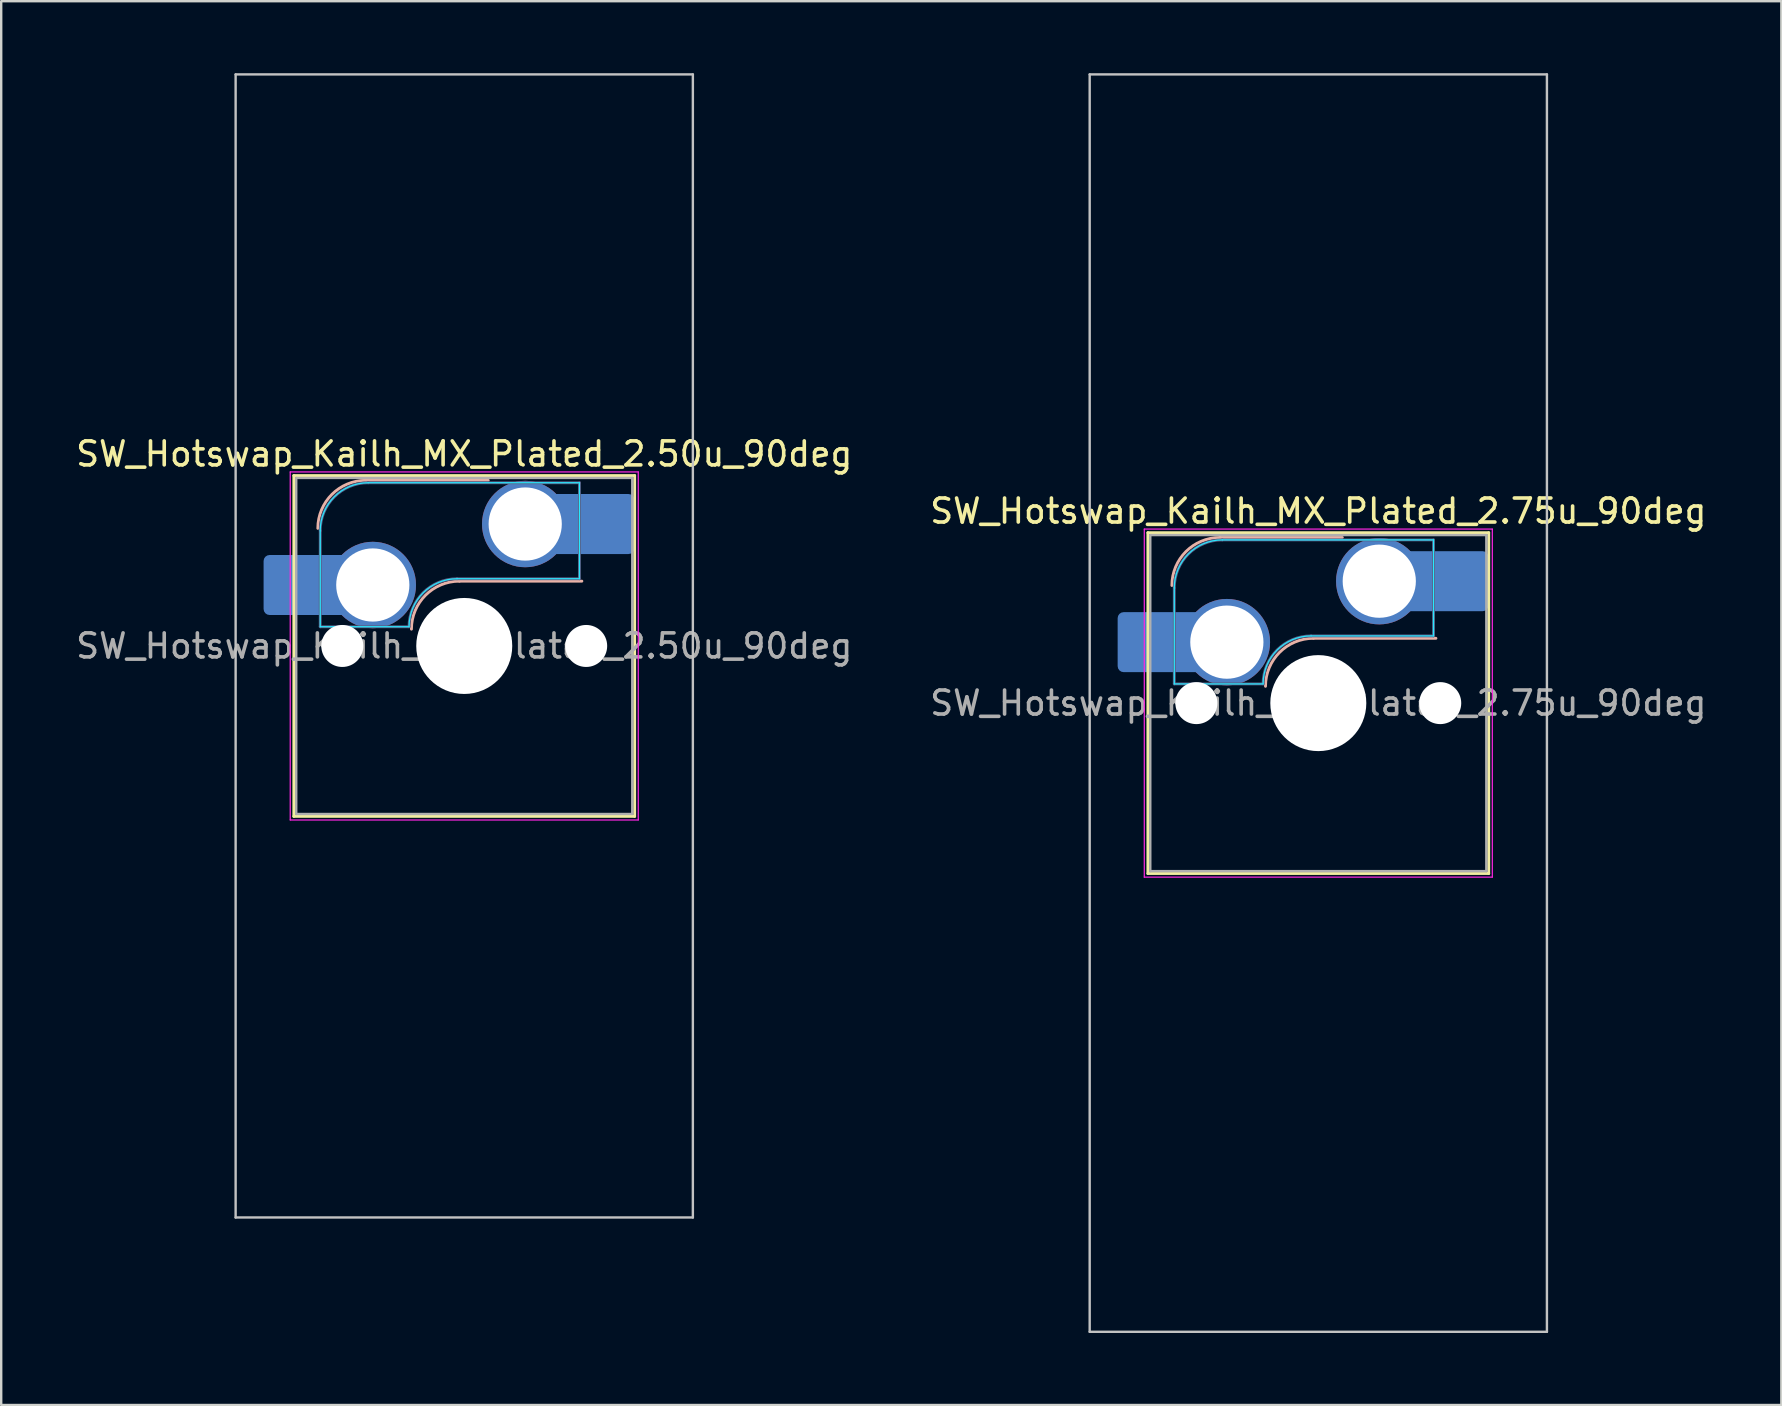
<source format=kicad_pcb>
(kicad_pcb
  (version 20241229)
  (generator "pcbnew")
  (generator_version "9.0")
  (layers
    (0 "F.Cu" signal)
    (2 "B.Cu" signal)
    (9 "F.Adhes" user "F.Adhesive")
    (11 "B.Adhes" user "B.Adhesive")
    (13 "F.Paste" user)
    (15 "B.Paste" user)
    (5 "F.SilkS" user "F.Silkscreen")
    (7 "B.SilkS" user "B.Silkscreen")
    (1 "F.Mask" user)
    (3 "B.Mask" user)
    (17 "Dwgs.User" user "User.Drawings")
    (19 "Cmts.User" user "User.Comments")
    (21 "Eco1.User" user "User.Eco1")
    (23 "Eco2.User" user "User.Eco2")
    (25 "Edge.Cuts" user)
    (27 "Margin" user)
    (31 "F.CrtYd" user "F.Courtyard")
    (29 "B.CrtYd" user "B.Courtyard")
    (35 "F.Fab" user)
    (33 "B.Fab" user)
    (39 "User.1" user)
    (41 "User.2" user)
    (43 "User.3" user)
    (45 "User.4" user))
  (footprint "SW_Hotswap_Kailh_MX_Plated_2.50u_90deg"
    (layer "F.Cu")
    (at 16.292 23.863)
    (property "Reference" "SW_Hotswap_Kailh_MX_Plated_2.50u_90deg" (at 0 -8 0) (layer "F.SilkS") (effects (font (size 1 1) (thickness 0.15))))
    (attr smd)
    (fp_line (start -7.1 -7.1) (end -7.1 7.1) (stroke (width 0.12) (type solid)) (layer "F.SilkS"))
    (fp_line (start -7.1 7.1) (end 7.1 7.1) (stroke (width 0.12) (type solid)) (layer "F.SilkS"))
    (fp_line (start 7.1 -7.1) (end -7.1 -7.1) (stroke (width 0.12) (type solid)) (layer "F.SilkS"))
    (fp_line (start 7.1 7.1) (end 7.1 -7.1) (stroke (width 0.12) (type solid)) (layer "F.SilkS"))
    (fp_line (start -4.1 -6.9) (end 1 -6.9) (stroke (width 0.12) (type solid)) (layer "B.SilkS"))
    (fp_line (start -0.2 -2.7) (end 4.9 -2.7) (stroke (width 0.12) (type solid)) (layer "B.SilkS"))
    (fp_arc (start -6.1 -4.9) (mid -5.514214 -6.314214) (end -4.1 -6.9) (stroke (width 0.12) (type solid)) (layer "B.SilkS"))
    (fp_arc (start -2.2 -0.7) (mid -1.614214 -2.114214) (end -0.2 -2.7) (stroke (width 0.12) (type solid)) (layer "B.SilkS"))
    (fp_line (start -9.525 -23.812) (end 9.525 -23.812) (stroke (width 0.1) (type solid)) (layer "Dwgs.User"))
    (fp_line (start -9.525 23.812) (end -9.525 -23.812) (stroke (width 0.1) (type solid)) (layer "Dwgs.User"))
    (fp_line (start 9.525 -23.812) (end 9.525 23.812) (stroke (width 0.1) (type solid)) (layer "Dwgs.User"))
    (fp_line (start 9.525 23.812) (end -9.525 23.812) (stroke (width 0.1) (type solid)) (layer "Dwgs.User"))
    (fp_line (start -7.8 -6) (end -7 -6) (stroke (width 0.1) (type solid)) (layer "Eco1.User"))
    (fp_line (start -7.8 -2.9) (end -7.8 -6) (stroke (width 0.1) (type solid)) (layer "Eco1.User"))
    (fp_line (start -7.8 2.9) (end -7 2.9) (stroke (width 0.1) (type solid)) (layer "Eco1.User"))
    (fp_line (start -7.8 6) (end -7.8 2.9) (stroke (width 0.1) (type solid)) (layer "Eco1.User"))
    (fp_line (start -7 -7) (end 7 -7) (stroke (width 0.1) (type solid)) (layer "Eco1.User"))
    (fp_line (start -7 -6) (end -7 -7) (stroke (width 0.1) (type solid)) (layer "Eco1.User"))
    (fp_line (start -7 -2.9) (end -7.8 -2.9) (stroke (width 0.1) (type solid)) (layer "Eco1.User"))
    (fp_line (start -7 2.9) (end -7 -2.9) (stroke (width 0.1) (type solid)) (layer "Eco1.User"))
    (fp_line (start -7 6) (end -7.8 6) (stroke (width 0.1) (type solid)) (layer "Eco1.User"))
    (fp_line (start -7 7) (end -7 6) (stroke (width 0.1) (type solid)) (layer "Eco1.User"))
    (fp_line (start 7 -7) (end 7 -6) (stroke (width 0.1) (type solid)) (layer "Eco1.User"))
    (fp_line (start 7 -6) (end 7.8 -6) (stroke (width 0.1) (type solid)) (layer "Eco1.User"))
    (fp_line (start 7 -2.9) (end 7 2.9) (stroke (width 0.1) (type solid)) (layer "Eco1.User"))
    (fp_line (start 7 2.9) (end 7.8 2.9) (stroke (width 0.1) (type solid)) (layer "Eco1.User"))
    (fp_line (start 7 6) (end 7 7) (stroke (width 0.1) (type solid)) (layer "Eco1.User"))
    (fp_line (start 7 7) (end -7 7) (stroke (width 0.1) (type solid)) (layer "Eco1.User"))
    (fp_line (start 7.8 -6) (end 7.8 -2.9) (stroke (width 0.1) (type solid)) (layer "Eco1.User"))
    (fp_line (start 7.8 -2.9) (end 7 -2.9) (stroke (width 0.1) (type solid)) (layer "Eco1.User"))
    (fp_line (start 7.8 2.9) (end 7.8 6) (stroke (width 0.1) (type solid)) (layer "Eco1.User"))
    (fp_line (start 7.8 6) (end 7 6) (stroke (width 0.1) (type solid)) (layer "Eco1.User"))
    (fp_line (start -6 -0.8) (end -6 -4.8) (stroke (width 0.05) (type solid)) (layer "B.CrtYd"))
    (fp_line (start -6 -0.8) (end -2.3 -0.8) (stroke (width 0.05) (type solid)) (layer "B.CrtYd"))
    (fp_line (start -4 -6.8) (end 4.8 -6.8) (stroke (width 0.05) (type solid)) (layer "B.CrtYd"))
    (fp_line (start -0.3 -2.8) (end 4.8 -2.8) (stroke (width 0.05) (type solid)) (layer "B.CrtYd"))
    (fp_line (start 4.8 -6.8) (end 4.8 -2.8) (stroke (width 0.05) (type solid)) (layer "B.CrtYd"))
    (fp_arc (start -6 -4.8) (mid -5.414214 -6.214214) (end -4 -6.8) (stroke (width 0.05) (type solid)) (layer "B.CrtYd"))
    (fp_arc (start -2.3 -0.8) (mid -1.714214 -2.214214) (end -0.3 -2.8) (stroke (width 0.05) (type solid)) (layer "B.CrtYd"))
    (fp_line (start -7.25 -7.25) (end -7.25 7.25) (stroke (width 0.05) (type solid)) (layer "F.CrtYd"))
    (fp_line (start -7.25 7.25) (end 7.25 7.25) (stroke (width 0.05) (type solid)) (layer "F.CrtYd"))
    (fp_line (start 7.25 -7.25) (end -7.25 -7.25) (stroke (width 0.05) (type solid)) (layer "F.CrtYd"))
    (fp_line (start 7.25 7.25) (end 7.25 -7.25) (stroke (width 0.05) (type solid)) (layer "F.CrtYd"))
    (fp_line (start -6 -0.8) (end -6 -4.8) (stroke (width 0.12) (type solid)) (layer "B.Fab"))
    (fp_line (start -6 -0.8) (end -2.3 -0.8) (stroke (width 0.12) (type solid)) (layer "B.Fab"))
    (fp_line (start -4 -6.8) (end 4.8 -6.8) (stroke (width 0.12) (type solid)) (layer "B.Fab"))
    (fp_line (start -0.3 -2.8) (end 4.8 -2.8) (stroke (width 0.12) (type solid)) (layer "B.Fab"))
    (fp_line (start 4.8 -6.8) (end 4.8 -2.8) (stroke (width 0.12) (type solid)) (layer "B.Fab"))
    (fp_arc (start -6 -4.8) (mid -5.414214 -6.214214) (end -4 -6.8) (stroke (width 0.12) (type solid)) (layer "B.Fab"))
    (fp_arc (start -2.3 -0.8) (mid -1.714214 -2.214214) (end -0.3 -2.8) (stroke (width 0.12) (type solid)) (layer "B.Fab"))
    (fp_line (start -7 -7) (end -7 7) (stroke (width 0.1) (type solid)) (layer "F.Fab"))
    (fp_line (start -7 7) (end 7 7) (stroke (width 0.1) (type solid)) (layer "F.Fab"))
    (fp_line (start 7 -7) (end -7 -7) (stroke (width 0.1) (type solid)) (layer "F.Fab"))
    (fp_line (start 7 7) (end 7 -7) (stroke (width 0.1) (type solid)) (layer "F.Fab"))
    (fp_text user "${REFERENCE}" (at 0 0 0) (layer "F.Fab") (effects (font (size 1 1) (thickness 0.15))))
    (pad "" smd roundrect (at -7.085 -2.54) (size 2.55 2.5) (layers "B.Mask" "B.Paste") (roundrect_rratio 0.1))
    (pad "" np_thru_hole circle (at -5.08 0) (size 1.75 1.75) (drill 1.75) (layers "*.Cu" "*.Mask"))
    (pad "" np_thru_hole circle (at 0 0) (size 4 4) (drill 4) (layers "*.Cu" "*.Mask"))
    (pad "" np_thru_hole circle (at 5.08 0) (size 1.75 1.75) (drill 1.75) (layers "*.Cu" "*.Mask"))
    (pad "" smd roundrect (at 5.842 -5.08) (size 2.55 2.5) (layers "B.Mask" "B.Paste") (roundrect_rratio 0.1))
    (pad "1" smd roundrect (at -6.585 -2.54) (size 3.55 2.5) (layers "B.Cu") (roundrect_rratio 0.1))
    (pad "1" thru_hole circle (at -3.81 -2.54) (size 3.6 3.6) (drill 3.05) (layers "*.Cu" "*.Mask"))
    (pad "2" thru_hole circle (at 2.54 -5.08) (size 3.6 3.6) (drill 3.05) (layers "*.Cu" "*.Mask"))
    (pad "2" smd roundrect (at 5.32 -5.08) (size 3.55 2.5) (layers "B.Cu") (roundrect_rratio 0.1)))
  (footprint "SW_Hotswap_Kailh_MX_Plated_2.75u_90deg"
    (layer "F.Cu")
    (at 51.875 26.244)
    (property "Reference" "SW_Hotswap_Kailh_MX_Plated_2.75u_90deg" (at 0 -8 0) (layer "F.SilkS") (effects (font (size 1 1) (thickness 0.15))))
    (attr smd)
    (fp_line (start -7.1 -7.1) (end -7.1 7.1) (stroke (width 0.12) (type solid)) (layer "F.SilkS"))
    (fp_line (start -7.1 7.1) (end 7.1 7.1) (stroke (width 0.12) (type solid)) (layer "F.SilkS"))
    (fp_line (start 7.1 -7.1) (end -7.1 -7.1) (stroke (width 0.12) (type solid)) (layer "F.SilkS"))
    (fp_line (start 7.1 7.1) (end 7.1 -7.1) (stroke (width 0.12) (type solid)) (layer "F.SilkS"))
    (fp_line (start -4.1 -6.9) (end 1 -6.9) (stroke (width 0.12) (type solid)) (layer "B.SilkS"))
    (fp_line (start -0.2 -2.7) (end 4.9 -2.7) (stroke (width 0.12) (type solid)) (layer "B.SilkS"))
    (fp_arc (start -6.1 -4.9) (mid -5.514214 -6.314214) (end -4.1 -6.9) (stroke (width 0.12) (type solid)) (layer "B.SilkS"))
    (fp_arc (start -2.2 -0.7) (mid -1.614214 -2.114214) (end -0.2 -2.7) (stroke (width 0.12) (type solid)) (layer "B.SilkS"))
    (fp_line (start -9.525 -26.194) (end 9.525 -26.194) (stroke (width 0.1) (type solid)) (layer "Dwgs.User"))
    (fp_line (start -9.525 26.194) (end -9.525 -26.194) (stroke (width 0.1) (type solid)) (layer "Dwgs.User"))
    (fp_line (start 9.525 -26.194) (end 9.525 26.194) (stroke (width 0.1) (type solid)) (layer "Dwgs.User"))
    (fp_line (start 9.525 26.194) (end -9.525 26.194) (stroke (width 0.1) (type solid)) (layer "Dwgs.User"))
    (fp_line (start -7.8 -6) (end -7 -6) (stroke (width 0.1) (type solid)) (layer "Eco1.User"))
    (fp_line (start -7.8 -2.9) (end -7.8 -6) (stroke (width 0.1) (type solid)) (layer "Eco1.User"))
    (fp_line (start -7.8 2.9) (end -7 2.9) (stroke (width 0.1) (type solid)) (layer "Eco1.User"))
    (fp_line (start -7.8 6) (end -7.8 2.9) (stroke (width 0.1) (type solid)) (layer "Eco1.User"))
    (fp_line (start -7 -7) (end 7 -7) (stroke (width 0.1) (type solid)) (layer "Eco1.User"))
    (fp_line (start -7 -6) (end -7 -7) (stroke (width 0.1) (type solid)) (layer "Eco1.User"))
    (fp_line (start -7 -2.9) (end -7.8 -2.9) (stroke (width 0.1) (type solid)) (layer "Eco1.User"))
    (fp_line (start -7 2.9) (end -7 -2.9) (stroke (width 0.1) (type solid)) (layer "Eco1.User"))
    (fp_line (start -7 6) (end -7.8 6) (stroke (width 0.1) (type solid)) (layer "Eco1.User"))
    (fp_line (start -7 7) (end -7 6) (stroke (width 0.1) (type solid)) (layer "Eco1.User"))
    (fp_line (start 7 -7) (end 7 -6) (stroke (width 0.1) (type solid)) (layer "Eco1.User"))
    (fp_line (start 7 -6) (end 7.8 -6) (stroke (width 0.1) (type solid)) (layer "Eco1.User"))
    (fp_line (start 7 -2.9) (end 7 2.9) (stroke (width 0.1) (type solid)) (layer "Eco1.User"))
    (fp_line (start 7 2.9) (end 7.8 2.9) (stroke (width 0.1) (type solid)) (layer "Eco1.User"))
    (fp_line (start 7 6) (end 7 7) (stroke (width 0.1) (type solid)) (layer "Eco1.User"))
    (fp_line (start 7 7) (end -7 7) (stroke (width 0.1) (type solid)) (layer "Eco1.User"))
    (fp_line (start 7.8 -6) (end 7.8 -2.9) (stroke (width 0.1) (type solid)) (layer "Eco1.User"))
    (fp_line (start 7.8 -2.9) (end 7 -2.9) (stroke (width 0.1) (type solid)) (layer "Eco1.User"))
    (fp_line (start 7.8 2.9) (end 7.8 6) (stroke (width 0.1) (type solid)) (layer "Eco1.User"))
    (fp_line (start 7.8 6) (end 7 6) (stroke (width 0.1) (type solid)) (layer "Eco1.User"))
    (fp_line (start -6 -0.8) (end -6 -4.8) (stroke (width 0.05) (type solid)) (layer "B.CrtYd"))
    (fp_line (start -6 -0.8) (end -2.3 -0.8) (stroke (width 0.05) (type solid)) (layer "B.CrtYd"))
    (fp_line (start -4 -6.8) (end 4.8 -6.8) (stroke (width 0.05) (type solid)) (layer "B.CrtYd"))
    (fp_line (start -0.3 -2.8) (end 4.8 -2.8) (stroke (width 0.05) (type solid)) (layer "B.CrtYd"))
    (fp_line (start 4.8 -6.8) (end 4.8 -2.8) (stroke (width 0.05) (type solid)) (layer "B.CrtYd"))
    (fp_arc (start -6 -4.8) (mid -5.414214 -6.214214) (end -4 -6.8) (stroke (width 0.05) (type solid)) (layer "B.CrtYd"))
    (fp_arc (start -2.3 -0.8) (mid -1.714214 -2.214214) (end -0.3 -2.8) (stroke (width 0.05) (type solid)) (layer "B.CrtYd"))
    (fp_line (start -7.25 -7.25) (end -7.25 7.25) (stroke (width 0.05) (type solid)) (layer "F.CrtYd"))
    (fp_line (start -7.25 7.25) (end 7.25 7.25) (stroke (width 0.05) (type solid)) (layer "F.CrtYd"))
    (fp_line (start 7.25 -7.25) (end -7.25 -7.25) (stroke (width 0.05) (type solid)) (layer "F.CrtYd"))
    (fp_line (start 7.25 7.25) (end 7.25 -7.25) (stroke (width 0.05) (type solid)) (layer "F.CrtYd"))
    (fp_line (start -6 -0.8) (end -6 -4.8) (stroke (width 0.12) (type solid)) (layer "B.Fab"))
    (fp_line (start -6 -0.8) (end -2.3 -0.8) (stroke (width 0.12) (type solid)) (layer "B.Fab"))
    (fp_line (start -4 -6.8) (end 4.8 -6.8) (stroke (width 0.12) (type solid)) (layer "B.Fab"))
    (fp_line (start -0.3 -2.8) (end 4.8 -2.8) (stroke (width 0.12) (type solid)) (layer "B.Fab"))
    (fp_line (start 4.8 -6.8) (end 4.8 -2.8) (stroke (width 0.12) (type solid)) (layer "B.Fab"))
    (fp_arc (start -6 -4.8) (mid -5.414214 -6.214214) (end -4 -6.8) (stroke (width 0.12) (type solid)) (layer "B.Fab"))
    (fp_arc (start -2.3 -0.8) (mid -1.714214 -2.214214) (end -0.3 -2.8) (stroke (width 0.12) (type solid)) (layer "B.Fab"))
    (fp_line (start -7 -7) (end -7 7) (stroke (width 0.1) (type solid)) (layer "F.Fab"))
    (fp_line (start -7 7) (end 7 7) (stroke (width 0.1) (type solid)) (layer "F.Fab"))
    (fp_line (start 7 -7) (end -7 -7) (stroke (width 0.1) (type solid)) (layer "F.Fab"))
    (fp_line (start 7 7) (end 7 -7) (stroke (width 0.1) (type solid)) (layer "F.Fab"))
    (fp_text user "${REFERENCE}" (at 0 0 0) (layer "F.Fab") (effects (font (size 1 1) (thickness 0.15))))
    (pad "" smd roundrect (at -7.085 -2.54) (size 2.55 2.5) (layers "B.Mask" "B.Paste") (roundrect_rratio 0.1))
    (pad "" np_thru_hole circle (at -5.08 0) (size 1.75 1.75) (drill 1.75) (layers "*.Cu" "*.Mask"))
    (pad "" np_thru_hole circle (at 0 0) (size 4 4) (drill 4) (layers "*.Cu" "*.Mask"))
    (pad "" np_thru_hole circle (at 5.08 0) (size 1.75 1.75) (drill 1.75) (layers "*.Cu" "*.Mask"))
    (pad "" smd roundrect (at 5.842 -5.08) (size 2.55 2.5) (layers "B.Mask" "B.Paste") (roundrect_rratio 0.1))
    (pad "1" smd roundrect (at -6.585 -2.54) (size 3.55 2.5) (layers "B.Cu") (roundrect_rratio 0.1))
    (pad "1" thru_hole circle (at -3.81 -2.54) (size 3.6 3.6) (drill 3.05) (layers "*.Cu" "*.Mask"))
    (pad "2" thru_hole circle (at 2.54 -5.08) (size 3.6 3.6) (drill 3.05) (layers "*.Cu" "*.Mask"))
    (pad "2" smd roundrect (at 5.32 -5.08) (size 3.55 2.5) (layers "B.Cu") (roundrect_rratio 0.1)))
  (gr_rect
    (start -3 -3)
    (end 71.167 55.487)
    (stroke (width 0.1) (type default))
    (fill no)
    (layer "Edge.Cuts")))
</source>
